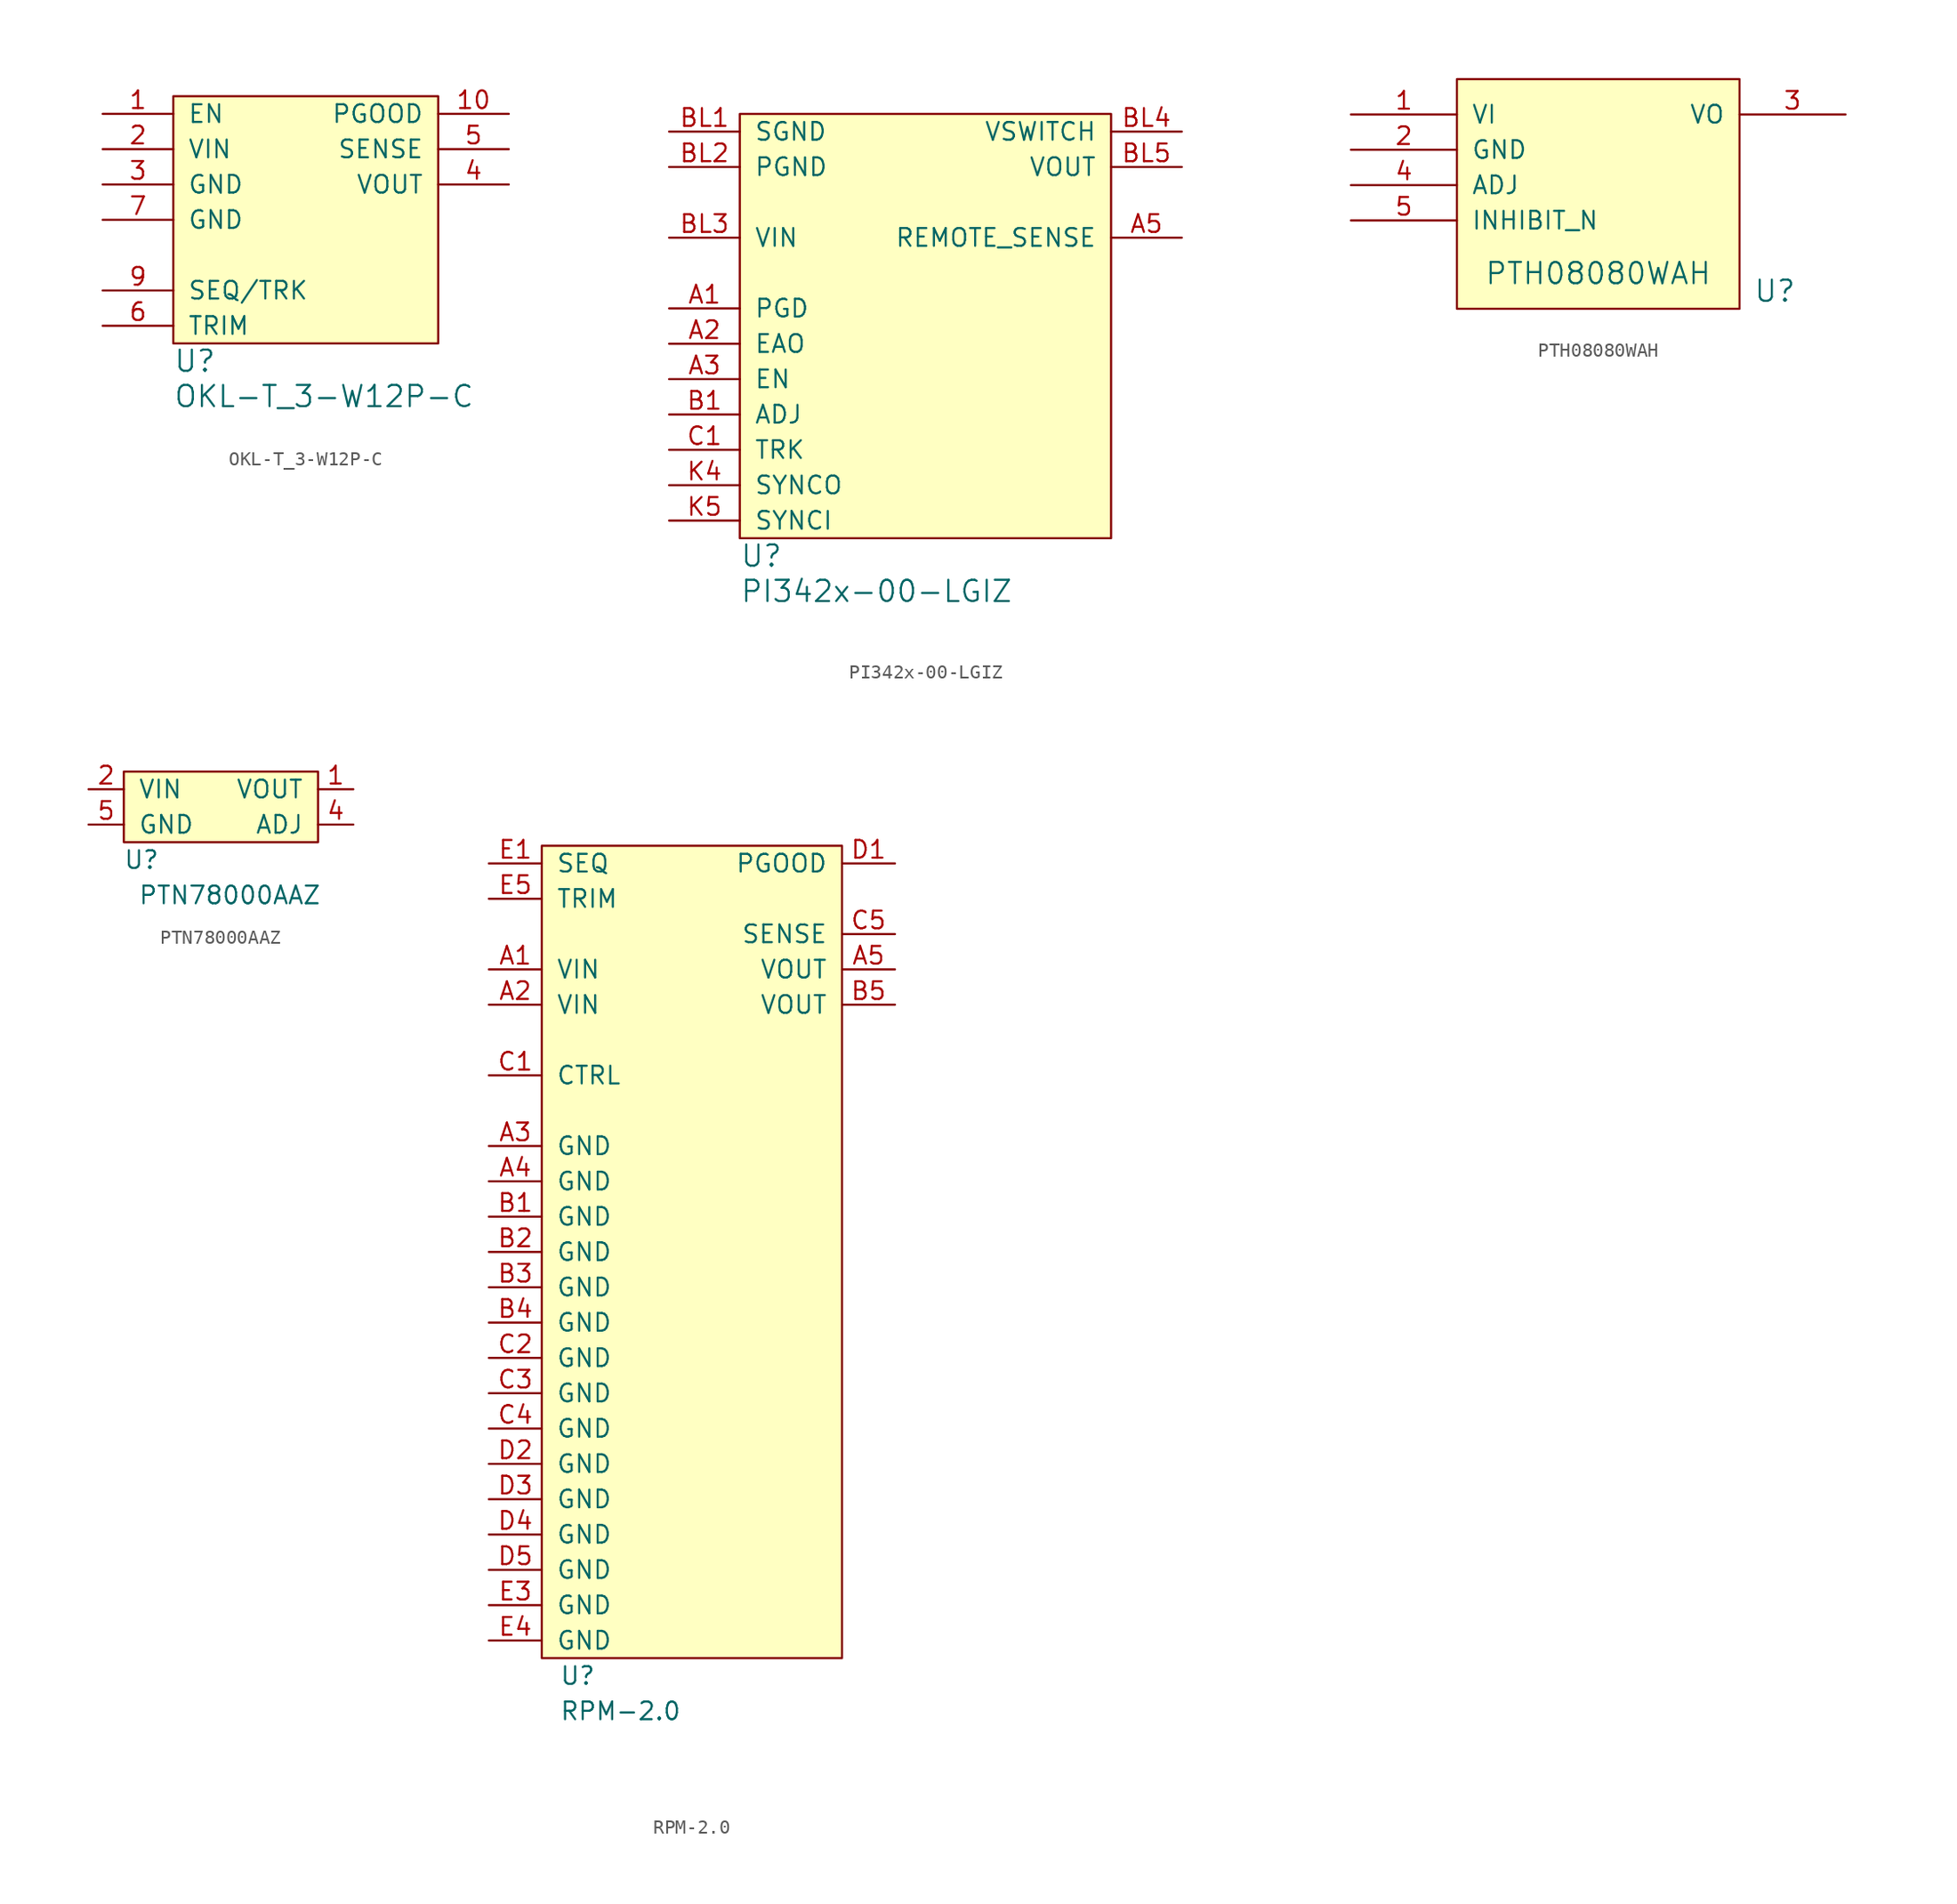
<source format=kicad_sym>
(kicad_symbol_lib
  (version 20231120)
  (generator "kicad_symbol_editor")
  (generator_version "8.0")
  (symbol "OKL-T_3-W12P-C"
    (pin_names
      (offset 1.016))
    (property "Reference" "U"
      (at 0 -1.27 0)
      (effects (font (size 1.524 1.524)) (justify left)))
    (property "Value" "OKL-T_3-W12P-C"
      (at 0 -3.81 0)
      (effects (font (size 1.524 1.524)) (justify left)))
    (symbol "OKL-T_3-W12P-C_0_1"
      (rectangle (start 0 17.78) (end 19.05 0) (stroke (width 0) (type default)) (fill (type background))))
    (symbol "OKL-T_3-W12P-C_1_1"
      (pin input line (at -5.08 16.51 0) (length 5.08) (name "EN" (effects (font (size 1.27 1.27)))) (number "1" (effects (font (size 1.27 1.27)))))
      (pin output line (at 24.13 16.51 180) (length 5.08) (name "PGOOD" (effects (font (size 1.27 1.27)))) (number "10" (effects (font (size 1.27 1.27)))))
      (pin power_in line (at -5.08 13.97 0) (length 5.08) (name "VIN" (effects (font (size 1.27 1.27)))) (number "2" (effects (font (size 1.27 1.27)))))
      (pin power_in line (at -5.08 11.43 0) (length 5.08) (name "GND" (effects (font (size 1.27 1.27)))) (number "3" (effects (font (size 1.27 1.27)))))
      (pin power_out line (at 24.13 11.43 180) (length 5.08) (name "VOUT" (effects (font (size 1.27 1.27)))) (number "4" (effects (font (size 1.27 1.27)))))
      (pin input line (at 24.13 13.97 180) (length 5.08) (name "SENSE" (effects (font (size 1.27 1.27)))) (number "5" (effects (font (size 1.27 1.27)))))
      (pin input line (at -5.08 1.27 0) (length 5.08) (name "TRIM" (effects (font (size 1.27 1.27)))) (number "6" (effects (font (size 1.27 1.27)))))
      (pin power_in line (at -5.08 8.89 0) (length 5.08) (name "GND" (effects (font (size 1.27 1.27)))) (number "7" (effects (font (size 1.27 1.27)))))
      (pin input line (at -5.08 3.81 0) (length 5.08) (name "SEQ/TRK" (effects (font (size 1.27 1.27)))) (number "9" (effects (font (size 1.27 1.27)))))))
  (symbol "PI342x-00-LGIZ"
    (pin_names
      (offset 1.016))
    (property "Reference" "U"
      (at 0 -1.27 0)
      (effects (font (size 1.524 1.524)) (justify left)))
    (property "Value" "PI342x-00-LGIZ"
      (at 0 -3.81 0)
      (effects (font (size 1.524 1.524)) (justify left)))
    (property "Footprint" ""
      (at 0 0 0)
      (effects (font (size 1.524 1.524))))
    (property "Datasheet" ""
      (at 0 0 0)
      (effects (font (size 1.524 1.524))))
    (symbol "PI342x-00-LGIZ_0_1"
      (rectangle (start 0 30.48) (end 26.67 0) (stroke (width 0) (type default)) (fill (type background))))
    (symbol "PI342x-00-LGIZ_1_1"
      (pin bidirectional line (at -5.08 16.51 0) (length 5.08) (name "PGD" (effects (font (size 1.27 1.27)))) (number "A1" (effects (font (size 1.27 1.27)))))
      (pin bidirectional line (at -5.08 13.97 0) (length 5.08) (name "EAO" (effects (font (size 1.27 1.27)))) (number "A2" (effects (font (size 1.27 1.27)))))
      (pin input line (at -5.08 11.43 0) (length 5.08) (name "EN" (effects (font (size 1.27 1.27)))) (number "A3" (effects (font (size 1.27 1.27)))))
      (pin input line (at 31.75 21.59 180) (length 5.08) (name "REMOTE_SENSE" (effects (font (size 1.27 1.27)))) (number "A5" (effects (font (size 1.27 1.27)))))
      (pin input line (at -5.08 8.89 0) (length 5.08) (name "ADJ" (effects (font (size 1.27 1.27)))) (number "B1" (effects (font (size 1.27 1.27)))))
      (pin power_in line (at -5.08 29.21 0) (length 5.08) (name "SGND" (effects (font (size 1.27 1.27)))) (number "BL1" (effects (font (size 1.27 1.27)))))
      (pin power_in line (at -5.08 26.67 0) (length 5.08) (name "PGND" (effects (font (size 1.27 1.27)))) (number "BL2" (effects (font (size 1.27 1.27)))))
      (pin power_in line (at -5.08 21.59 0) (length 5.08) (name "VIN" (effects (font (size 1.27 1.27)))) (number "BL3" (effects (font (size 1.27 1.27)))))
      (pin power_out line (at 31.75 29.21 180) (length 5.08) (name "VSWITCH" (effects (font (size 1.27 1.27)))) (number "BL4" (effects (font (size 1.27 1.27)))))
      (pin power_in line (at 31.75 26.67 180) (length 5.08) (name "VOUT" (effects (font (size 1.27 1.27)))) (number "BL5" (effects (font (size 1.27 1.27)))))
      (pin bidirectional line (at -5.08 6.35 0) (length 5.08) (name "TRK" (effects (font (size 1.27 1.27)))) (number "C1" (effects (font (size 1.27 1.27)))))
      (pin output line (at -5.08 3.81 0) (length 5.08) (name "SYNCO" (effects (font (size 1.27 1.27)))) (number "K4" (effects (font (size 1.27 1.27)))))
      (pin input line (at -5.08 1.27 0) (length 5.08) (name "SYNCI" (effects (font (size 1.27 1.27)))) (number "K5" (effects (font (size 1.27 1.27)))))))
  (symbol "PTH08080WAH"
    (pin_names
      (offset 1.016))
    (property "Reference" "U"
      (at 11.43 1.27 0)
      (effects (font (size 1.524 1.524))))
    (property "Value" "PTH08080WAH"
      (at -1.27 2.54 0)
      (effects (font (size 1.524 1.524))))
    (property "Footprint" ""
      (at 0 0 0)
      (effects (font (size 1.524 1.524))))
    (property "Datasheet" ""
      (at 0 0 0)
      (effects (font (size 1.524 1.524))))
    (symbol "PTH08080WAH_0_1"
      (rectangle (start -11.43 16.51) (end 8.89 0) (stroke (width 0) (type default)) (fill (type background))))
    (symbol "PTH08080WAH_1_1"
      (pin power_in line (at -19.05 13.97 0) (length 7.62) (name "VI" (effects (font (size 1.27 1.27)))) (number "1" (effects (font (size 1.27 1.27)))))
      (pin power_in line (at -19.05 11.43 0) (length 7.62) (name "GND" (effects (font (size 1.27 1.27)))) (number "2" (effects (font (size 1.27 1.27)))))
      (pin power_out line (at 16.51 13.97 180) (length 7.62) (name "VO" (effects (font (size 1.27 1.27)))) (number "3" (effects (font (size 1.27 1.27)))))
      (pin passive line (at -19.05 8.89 0) (length 7.62) (name "ADJ" (effects (font (size 1.27 1.27)))) (number "4" (effects (font (size 1.27 1.27)))))
      (pin input line (at -19.05 6.35 0) (length 7.62) (name "INHIBIT_N" (effects (font (size 1.27 1.27)))) (number "5" (effects (font (size 1.27 1.27)))))))
  (symbol "PTN78000AAZ"
    (pin_names
      (offset 1.016))
    (property "Reference" "U"
      (at 1.27 -1.27 0)
      (effects (font (size 1.27 1.27))))
    (property "Value" "PTN78000AAZ"
      (at 7.62 -3.81 0)
      (effects (font (size 1.27 1.27))))
    (symbol "PTN78000AAZ_0_1"
      (rectangle (start 0 5.08) (end 13.97 0) (stroke (width 0) (type default)) (fill (type background))))
    (symbol "PTN78000AAZ_1_1"
      (pin power_out line (at 16.51 3.81 180) (length 2.54) (name "VOUT" (effects (font (size 1.27 1.27)))) (number "1" (effects (font (size 1.27 1.27)))))
      (pin power_in line (at -2.54 3.81 0) (length 2.54) (name "VIN" (effects (font (size 1.27 1.27)))) (number "2" (effects (font (size 1.27 1.27)))))
      (pin input line (at 16.51 1.27 180) (length 2.54) (name "ADJ" (effects (font (size 1.27 1.27)))) (number "4" (effects (font (size 1.27 1.27)))))
      (pin power_in line (at -2.54 1.27 0) (length 2.54) (name "GND" (effects (font (size 1.27 1.27)))) (number "5" (effects (font (size 1.27 1.27)))))))
  (symbol "RPM-2.0"
    (pin_names
      (offset 1.016))
    (property "Reference" "U"
      (at 1.27 -1.27 0)
      (effects (font (size 1.27 1.27)) (justify left)))
    (property "Value" "RPM-2.0"
      (at 1.27 -3.81 0)
      (effects (font (size 1.27 1.27)) (justify left)))
    (symbol "RPM-2.0_0_1"
      (rectangle (start 0 58.42) (end 21.59 0) (stroke (width 0) (type default)) (fill (type background))))
    (symbol "RPM-2.0_1_1"
      (pin power_in line (at -3.81 49.53 0) (length 3.81) (name "VIN" (effects (font (size 1.27 1.27)))) (number "A1" (effects (font (size 1.27 1.27)))))
      (pin power_in line (at -3.81 46.99 0) (length 3.81) (name "VIN" (effects (font (size 1.27 1.27)))) (number "A2" (effects (font (size 1.27 1.27)))))
      (pin power_in line (at -3.81 36.83 0) (length 3.81) (name "GND" (effects (font (size 1.27 1.27)))) (number "A3" (effects (font (size 1.27 1.27)))))
      (pin power_in line (at -3.81 34.29 0) (length 3.81) (name "GND" (effects (font (size 1.27 1.27)))) (number "A4" (effects (font (size 1.27 1.27)))))
      (pin power_out line (at 25.4 49.53 180) (length 3.81) (name "VOUT" (effects (font (size 1.27 1.27)))) (number "A5" (effects (font (size 1.27 1.27)))))
      (pin power_in line (at -3.81 31.75 0) (length 3.81) (name "GND" (effects (font (size 1.27 1.27)))) (number "B1" (effects (font (size 1.27 1.27)))))
      (pin power_in line (at -3.81 29.21 0) (length 3.81) (name "GND" (effects (font (size 1.27 1.27)))) (number "B2" (effects (font (size 1.27 1.27)))))
      (pin power_in line (at -3.81 26.67 0) (length 3.81) (name "GND" (effects (font (size 1.27 1.27)))) (number "B3" (effects (font (size 1.27 1.27)))))
      (pin power_in line (at -3.81 24.13 0) (length 3.81) (name "GND" (effects (font (size 1.27 1.27)))) (number "B4" (effects (font (size 1.27 1.27)))))
      (pin power_in line (at 25.4 46.99 180) (length 3.81) (name "VOUT" (effects (font (size 1.27 1.27)))) (number "B5" (effects (font (size 1.27 1.27)))))
      (pin input line (at -3.81 41.91 0) (length 3.81) (name "CTRL" (effects (font (size 1.27 1.27)))) (number "C1" (effects (font (size 1.27 1.27)))))
      (pin power_in line (at -3.81 21.59 0) (length 3.81) (name "GND" (effects (font (size 1.27 1.27)))) (number "C2" (effects (font (size 1.27 1.27)))))
      (pin power_in line (at -3.81 19.05 0) (length 3.81) (name "GND" (effects (font (size 1.27 1.27)))) (number "C3" (effects (font (size 1.27 1.27)))))
      (pin power_in line (at -3.81 16.51 0) (length 3.81) (name "GND" (effects (font (size 1.27 1.27)))) (number "C4" (effects (font (size 1.27 1.27)))))
      (pin power_in line (at 25.4 52.07 180) (length 3.81) (name "SENSE" (effects (font (size 1.27 1.27)))) (number "C5" (effects (font (size 1.27 1.27)))))
      (pin input line (at 25.4 57.15 180) (length 3.81) (name "PGOOD" (effects (font (size 1.27 1.27)))) (number "D1" (effects (font (size 1.27 1.27)))))
      (pin power_in line (at -3.81 13.97 0) (length 3.81) (name "GND" (effects (font (size 1.27 1.27)))) (number "D2" (effects (font (size 1.27 1.27)))))
      (pin power_in line (at -3.81 11.43 0) (length 3.81) (name "GND" (effects (font (size 1.27 1.27)))) (number "D3" (effects (font (size 1.27 1.27)))))
      (pin power_in line (at -3.81 8.89 0) (length 3.81) (name "GND" (effects (font (size 1.27 1.27)))) (number "D4" (effects (font (size 1.27 1.27)))))
      (pin power_in line (at -3.81 6.35 0) (length 3.81) (name "GND" (effects (font (size 1.27 1.27)))) (number "D5" (effects (font (size 1.27 1.27)))))
      (pin input line (at -3.81 57.15 0) (length 3.81) (name "SEQ" (effects (font (size 1.27 1.27)))) (number "E1" (effects (font (size 1.27 1.27)))))
      (pin power_in line (at -3.81 3.81 0) (length 3.81) (name "GND" (effects (font (size 1.27 1.27)))) (number "E3" (effects (font (size 1.27 1.27)))))
      (pin power_in line (at -3.81 1.27 0) (length 3.81) (name "GND" (effects (font (size 1.27 1.27)))) (number "E4" (effects (font (size 1.27 1.27)))))
      (pin input line (at -3.81 54.61 0) (length 3.81) (name "TRIM" (effects (font (size 1.27 1.27)))) (number "E5" (effects (font (size 1.27 1.27))))))))
</source>
